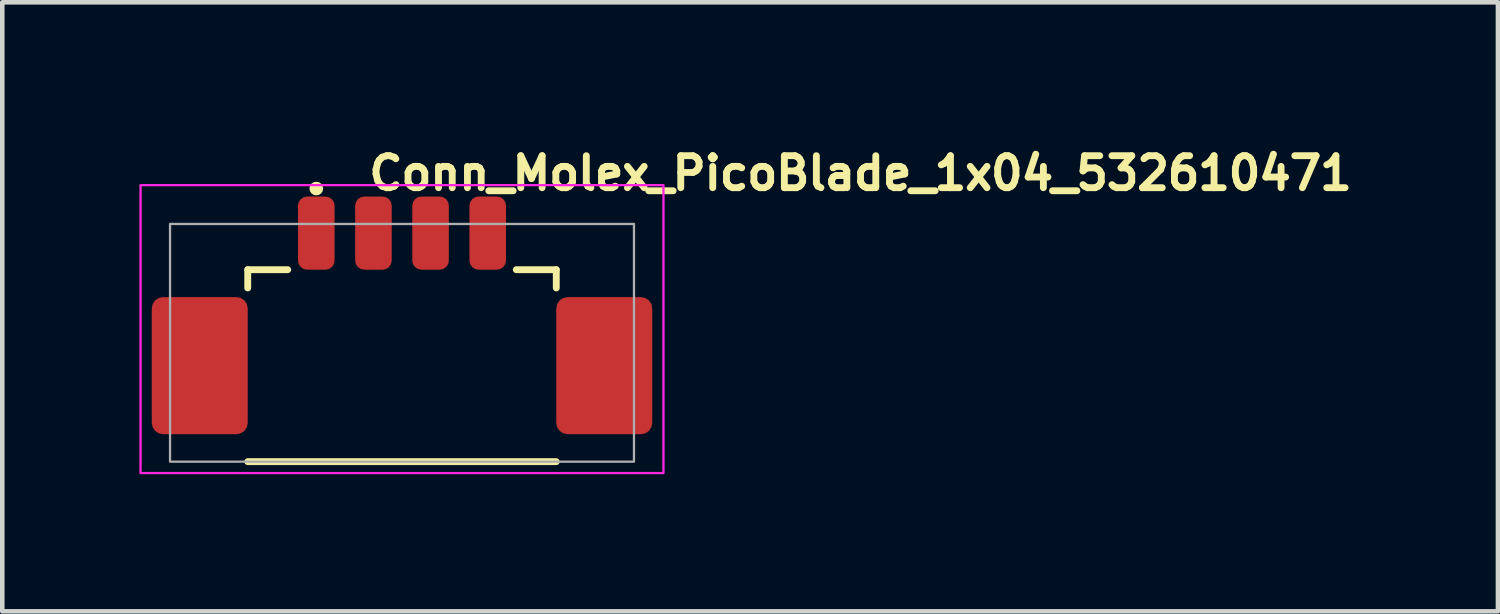
<source format=kicad_pcb>
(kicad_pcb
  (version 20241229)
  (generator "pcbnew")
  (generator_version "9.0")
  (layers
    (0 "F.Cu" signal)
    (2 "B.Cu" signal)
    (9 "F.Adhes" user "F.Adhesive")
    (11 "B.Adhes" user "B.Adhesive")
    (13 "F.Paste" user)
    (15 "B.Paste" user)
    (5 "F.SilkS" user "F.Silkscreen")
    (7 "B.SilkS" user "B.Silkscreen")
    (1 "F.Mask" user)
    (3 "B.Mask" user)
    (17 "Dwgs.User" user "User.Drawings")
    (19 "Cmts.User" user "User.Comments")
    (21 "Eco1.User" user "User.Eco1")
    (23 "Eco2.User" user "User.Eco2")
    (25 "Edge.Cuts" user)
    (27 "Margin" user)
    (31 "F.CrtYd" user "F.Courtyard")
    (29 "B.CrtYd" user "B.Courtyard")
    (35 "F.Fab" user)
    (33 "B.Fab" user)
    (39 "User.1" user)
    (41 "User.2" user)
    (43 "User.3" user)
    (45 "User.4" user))
  (footprint "Conn_Molex_PicoBlade_1x04_532610471"
    (layer "F.Cu")
    (at 5.745 4.45)
    (property "Reference" "Conn_Molex_PicoBlade_1x04_532610471" (at -0.8 -3.3 0) (layer "F.SilkS") (effects (font (size 0.7 0.7) (thickness 0.15)) (justify left bottom)))
    (attr smd)
    (fp_line (start -3.375 -1.6) (end -2.5 -1.6) (stroke (width 0.15) (type solid)) (layer "F.SilkS"))
    (fp_line (start -3.375 -1.2) (end -3.375 -1.6) (stroke (width 0.15) (type solid)) (layer "F.SilkS"))
    (fp_line (start -3.375 2.6) (end 3.375 2.6) (stroke (width 0.15) (type solid)) (layer "F.SilkS"))
    (fp_line (start 2.5 -1.6) (end 3.375 -1.6) (stroke (width 0.15) (type solid)) (layer "F.SilkS"))
    (fp_line (start 3.375 -1.2) (end 3.375 -1.6) (stroke (width 0.15) (type solid)) (layer "F.SilkS"))
    (fp_circle (center -1.875 -3.375) (end -1.8 -3.375) (stroke (width 0.15) (type solid)) (fill no) (layer "F.SilkS"))
    (fp_rect (start -5.72 -3.45) (end 5.72 2.85) (stroke (width 0.05) (type solid)) (fill no) (layer "F.CrtYd"))
    (fp_rect (start -5.075 -2.6) (end 5.075 2.6) (stroke (width 0.05) (type default)) (fill no) (layer "F.Fab"))
    (fp_rect (start -5.075 -2.6) (end 5.075 2.6) (stroke (width 0.1) (type solid)) (fill no) (layer "User.5"))
    (fp_line (start -5.075 1.4) (end -5.075 -0.4) (stroke (width 0.02) (type solid)) (layer "User.9"))
    (fp_line (start -5.075 1.4) (end -4.875 1.6) (stroke (width 0.02) (type solid)) (layer "User.9"))
    (fp_line (start -4.875 -0.6) (end -5.075 -0.4) (stroke (width 0.02) (type solid)) (layer "User.9"))
    (fp_line (start -4.875 -0.6) (end -4.675 -0.6) (stroke (width 0.02) (type solid)) (layer "User.9"))
    (fp_line (start -4.875 2.2) (end -4.875 -0.6) (stroke (width 0.02) (type solid)) (layer "User.9"))
    (fp_line (start -4.875 2.2) (end -4.675 2.2) (stroke (width 0.02) (type solid)) (layer "User.9"))
    (fp_line (start -4.675 -0.6) (end -3.875 -0.6) (stroke (width 0.02) (type solid)) (layer "User.9"))
    (fp_line (start -4.675 2.2) (end -4.675 -0.6) (stroke (width 0.02) (type solid)) (layer "User.9"))
    (fp_line (start -4.675 2.2) (end -3.875 2.2) (stroke (width 0.02) (type solid)) (layer "User.9"))
    (fp_line (start -3.875 -0.6) (end -3.375 -0.6) (stroke (width 0.02) (type solid)) (layer "User.9"))
    (fp_line (start -3.875 2.2) (end -3.875 -0.6) (stroke (width 0.02) (type solid)) (layer "User.9"))
    (fp_line (start -3.875 2.2) (end -3.375 2.2) (stroke (width 0.02) (type solid)) (layer "User.9"))
    (fp_line (start -3.375 -1.6) (end -3.375 1.6) (stroke (width 0.02) (type solid)) (layer "User.9"))
    (fp_line (start -3.375 1.6) (end -3.375 2.6) (stroke (width 0.02) (type solid)) (layer "User.9"))
    (fp_line (start -3.375 2.6) (end -3.075 2.6) (stroke (width 0.02) (type solid)) (layer "User.9"))
    (fp_line (start -3.075 2.6) (end -2.775 2.4) (stroke (width 0.02) (type solid)) (layer "User.9"))
    (fp_line (start -2.775 2.4) (end -2.775 1.6) (stroke (width 0.02) (type solid)) (layer "User.9"))
    (fp_line (start -2.775 2.4) (end -1.4 2.4) (stroke (width 0.02) (type solid)) (layer "User.9"))
    (fp_line (start -2.425 1) (end -2.425 1.6) (stroke (width 0.02) (type solid)) (layer "User.9"))
    (fp_line (start -2.425 1.6) (end -3.375 1.6) (stroke (width 0.02) (type solid)) (layer "User.9"))
    (fp_line (start -2.035 -2.6) (end -2.035 -2.3) (stroke (width 0.02) (type solid)) (layer "User.9"))
    (fp_line (start -2.035 -2.3) (end -2.035 -1.6) (stroke (width 0.02) (type solid)) (layer "User.9"))
    (fp_line (start -2.035 1) (end -2.035 1.9) (stroke (width 0.02) (type solid)) (layer "User.9"))
    (fp_line (start -1.715 -2.6) (end -2.035 -2.6) (stroke (width 0.02) (type solid)) (layer "User.9"))
    (fp_line (start -1.715 -2.6) (end -1.715 -2.3) (stroke (width 0.02) (type solid)) (layer "User.9"))
    (fp_line (start -1.715 -2.3) (end -2.035 -2.3) (stroke (width 0.02) (type solid)) (layer "User.9"))
    (fp_line (start -1.715 -2.3) (end -1.715 -1.6) (stroke (width 0.02) (type solid)) (layer "User.9"))
    (fp_line (start -1.715 1) (end -1.715 1.9) (stroke (width 0.02) (type solid)) (layer "User.9"))
    (fp_line (start -1.715 1.15) (end -1.4 1.15) (stroke (width 0.02) (type solid)) (layer "User.9"))
    (fp_line (start -1.715 1.9) (end -2.035 1.9) (stroke (width 0.02) (type solid)) (layer "User.9"))
    (fp_line (start -1.4 1.15) (end -1.4 2.4) (stroke (width 0.02) (type solid)) (layer "User.9"))
    (fp_line (start -1.4 2.4) (end -1.4 2.6) (stroke (width 0.02) (type solid)) (layer "User.9"))
    (fp_line (start -1.4 2.6) (end -3.075 2.6) (stroke (width 0.02) (type solid)) (layer "User.9"))
    (fp_line (start -1.1 1.15) (end -0.785 1.15) (stroke (width 0.02) (type solid)) (layer "User.9"))
    (fp_line (start -1.1 2.4) (end -1.1 1.15) (stroke (width 0.02) (type solid)) (layer "User.9"))
    (fp_line (start -1.1 2.4) (end 1.1 2.4) (stroke (width 0.02) (type solid)) (layer "User.9"))
    (fp_line (start -1.1 2.6) (end -1.1 2.4) (stroke (width 0.02) (type solid)) (layer "User.9"))
    (fp_line (start -0.785 -2.6) (end -0.785 -2.3) (stroke (width 0.02) (type solid)) (layer "User.9"))
    (fp_line (start -0.785 -2.3) (end -0.785 -1.6) (stroke (width 0.02) (type solid)) (layer "User.9"))
    (fp_line (start -0.785 1) (end -0.785 1.9) (stroke (width 0.02) (type solid)) (layer "User.9"))
    (fp_line (start -0.465 -2.6) (end -0.785 -2.6) (stroke (width 0.02) (type solid)) (layer "User.9"))
    (fp_line (start -0.465 -2.6) (end -0.465 -2.3) (stroke (width 0.02) (type solid)) (layer "User.9"))
    (fp_line (start -0.465 -2.3) (end -0.785 -2.3) (stroke (width 0.02) (type solid)) (layer "User.9"))
    (fp_line (start -0.465 -2.3) (end -0.465 -1.6) (stroke (width 0.02) (type solid)) (layer "User.9"))
    (fp_line (start -0.465 1) (end -0.465 1.9) (stroke (width 0.02) (type solid)) (layer "User.9"))
    (fp_line (start -0.465 1.9) (end -0.785 1.9) (stroke (width 0.02) (type solid)) (layer "User.9"))
    (fp_line (start 0.465 -2.6) (end 0.465 -2.3) (stroke (width 0.02) (type solid)) (layer "User.9"))
    (fp_line (start 0.465 -2.3) (end 0.465 -1.6) (stroke (width 0.02) (type solid)) (layer "User.9"))
    (fp_line (start 0.465 1) (end 0.465 1.9) (stroke (width 0.02) (type solid)) (layer "User.9"))
    (fp_line (start 0.785 -2.6) (end 0.465 -2.6) (stroke (width 0.02) (type solid)) (layer "User.9"))
    (fp_line (start 0.785 -2.6) (end 0.785 -2.3) (stroke (width 0.02) (type solid)) (layer "User.9"))
    (fp_line (start 0.785 -2.3) (end 0.465 -2.3) (stroke (width 0.02) (type solid)) (layer "User.9"))
    (fp_line (start 0.785 -2.3) (end 0.785 -1.6) (stroke (width 0.02) (type solid)) (layer "User.9"))
    (fp_line (start 0.785 1) (end 0.785 1.9) (stroke (width 0.02) (type solid)) (layer "User.9"))
    (fp_line (start 0.785 1.9) (end 0.465 1.9) (stroke (width 0.02) (type solid)) (layer "User.9"))
    (fp_line (start 1.1 1.15) (end 0.785 1.15) (stroke (width 0.02) (type solid)) (layer "User.9"))
    (fp_line (start 1.1 2.4) (end 1.1 1.15) (stroke (width 0.02) (type solid)) (layer "User.9"))
    (fp_line (start 1.1 2.6) (end -1.1 2.6) (stroke (width 0.02) (type solid)) (layer "User.9"))
    (fp_line (start 1.1 2.6) (end 1.1 2.4) (stroke (width 0.02) (type solid)) (layer "User.9"))
    (fp_line (start 1.4 1.15) (end 1.4 2.4) (stroke (width 0.02) (type solid)) (layer "User.9"))
    (fp_line (start 1.4 2.4) (end 1.4 2.6) (stroke (width 0.02) (type solid)) (layer "User.9"))
    (fp_line (start 1.4 2.4) (end 2.775 2.4) (stroke (width 0.02) (type solid)) (layer "User.9"))
    (fp_line (start 1.715 -2.6) (end 1.715 -2.3) (stroke (width 0.02) (type solid)) (layer "User.9"))
    (fp_line (start 1.715 -2.3) (end 1.715 -1.6) (stroke (width 0.02) (type solid)) (layer "User.9"))
    (fp_line (start 1.715 1) (end 1.715 1.9) (stroke (width 0.02) (type solid)) (layer "User.9"))
    (fp_line (start 1.715 1.15) (end 1.4 1.15) (stroke (width 0.02) (type solid)) (layer "User.9"))
    (fp_line (start 2.035 -2.6) (end 1.715 -2.6) (stroke (width 0.02) (type solid)) (layer "User.9"))
    (fp_line (start 2.035 -2.6) (end 2.035 -2.3) (stroke (width 0.02) (type solid)) (layer "User.9"))
    (fp_line (start 2.035 -2.3) (end 1.715 -2.3) (stroke (width 0.02) (type solid)) (layer "User.9"))
    (fp_line (start 2.035 -2.3) (end 2.035 -1.6) (stroke (width 0.02) (type solid)) (layer "User.9"))
    (fp_line (start 2.035 1) (end 2.035 1.9) (stroke (width 0.02) (type solid)) (layer "User.9"))
    (fp_line (start 2.035 1.9) (end 1.715 1.9) (stroke (width 0.02) (type solid)) (layer "User.9"))
    (fp_line (start 2.425 1) (end -2.425 1) (stroke (width 0.02) (type solid)) (layer "User.9"))
    (fp_line (start 2.425 1.6) (end 2.425 1) (stroke (width 0.02) (type solid)) (layer "User.9"))
    (fp_line (start 2.775 2.4) (end 2.775 1.6) (stroke (width 0.02) (type solid)) (layer "User.9"))
    (fp_line (start 2.775 2.4) (end 3.075 2.6) (stroke (width 0.02) (type solid)) (layer "User.9"))
    (fp_line (start 3.075 2.6) (end 1.4 2.6) (stroke (width 0.02) (type solid)) (layer "User.9"))
    (fp_line (start 3.075 2.6) (end 3.375 2.6) (stroke (width 0.02) (type solid)) (layer "User.9"))
    (fp_line (start 3.375 -1.6) (end -3.375 -1.6) (stroke (width 0.02) (type solid)) (layer "User.9"))
    (fp_line (start 3.375 -1.6) (end 3.375 1.6) (stroke (width 0.02) (type solid)) (layer "User.9"))
    (fp_line (start 3.375 -0.6) (end 3.875 -0.6) (stroke (width 0.02) (type solid)) (layer "User.9"))
    (fp_line (start 3.375 1.6) (end 2.425 1.6) (stroke (width 0.02) (type solid)) (layer "User.9"))
    (fp_line (start 3.375 2.2) (end 3.875 2.2) (stroke (width 0.02) (type solid)) (layer "User.9"))
    (fp_line (start 3.375 2.6) (end 3.375 1.6) (stroke (width 0.02) (type solid)) (layer "User.9"))
    (fp_line (start 3.875 -0.6) (end 4.675 -0.6) (stroke (width 0.02) (type solid)) (layer "User.9"))
    (fp_line (start 3.875 2.2) (end 3.875 -0.6) (stroke (width 0.02) (type solid)) (layer "User.9"))
    (fp_line (start 3.875 2.2) (end 4.675 2.2) (stroke (width 0.02) (type solid)) (layer "User.9"))
    (fp_line (start 4.675 -0.6) (end 4.875 -0.6) (stroke (width 0.02) (type solid)) (layer "User.9"))
    (fp_line (start 4.675 2.2) (end 4.675 -0.6) (stroke (width 0.02) (type solid)) (layer "User.9"))
    (fp_line (start 4.675 2.2) (end 4.875 2.2) (stroke (width 0.02) (type solid)) (layer "User.9"))
    (fp_line (start 4.875 1.6) (end 5.075 1.4) (stroke (width 0.02) (type solid)) (layer "User.9"))
    (fp_line (start 4.875 2.2) (end 4.875 -0.6) (stroke (width 0.02) (type solid)) (layer "User.9"))
    (fp_line (start 5.075 -0.4) (end 4.875 -0.6) (stroke (width 0.02) (type solid)) (layer "User.9"))
    (fp_line (start 5.075 1.4) (end 5.075 -0.4) (stroke (width 0.02) (type solid)) (layer "User.9"))
    (pad "1" smd roundrect (at -1.875 -2.4) (size 0.8 1.6) (layers "F.Cu" "F.Mask" "F.Paste") (roundrect_rratio 0.25))
    (pad "2" smd roundrect (at -0.625 -2.4) (size 0.8 1.6) (layers "F.Cu" "F.Mask" "F.Paste") (roundrect_rratio 0.25))
    (pad "3" smd roundrect (at 0.625 -2.4) (size 0.8 1.6) (layers "F.Cu" "F.Mask" "F.Paste") (roundrect_rratio 0.25))
    (pad "4" smd roundrect (at 1.875 -2.4) (size 0.8 1.6) (layers "F.Cu" "F.Mask" "F.Paste") (roundrect_rratio 0.25))
    (pad "MP" smd roundrect (at -4.425 0.5) (size 2.1 3) (layers "F.Cu" "F.Mask" "F.Paste") (roundrect_rratio 0.119))
    (pad "MP" smd roundrect (at 4.425 0.5) (size 2.1 3) (layers "F.Cu" "F.Mask" "F.Paste") (roundrect_rratio 0.119)))
  (gr_rect
    (start -3 -3)
    (end 29.722 10.325)
    (stroke (width 0.1) (type default))
    (fill no)
    (layer "Edge.Cuts")))
</source>
